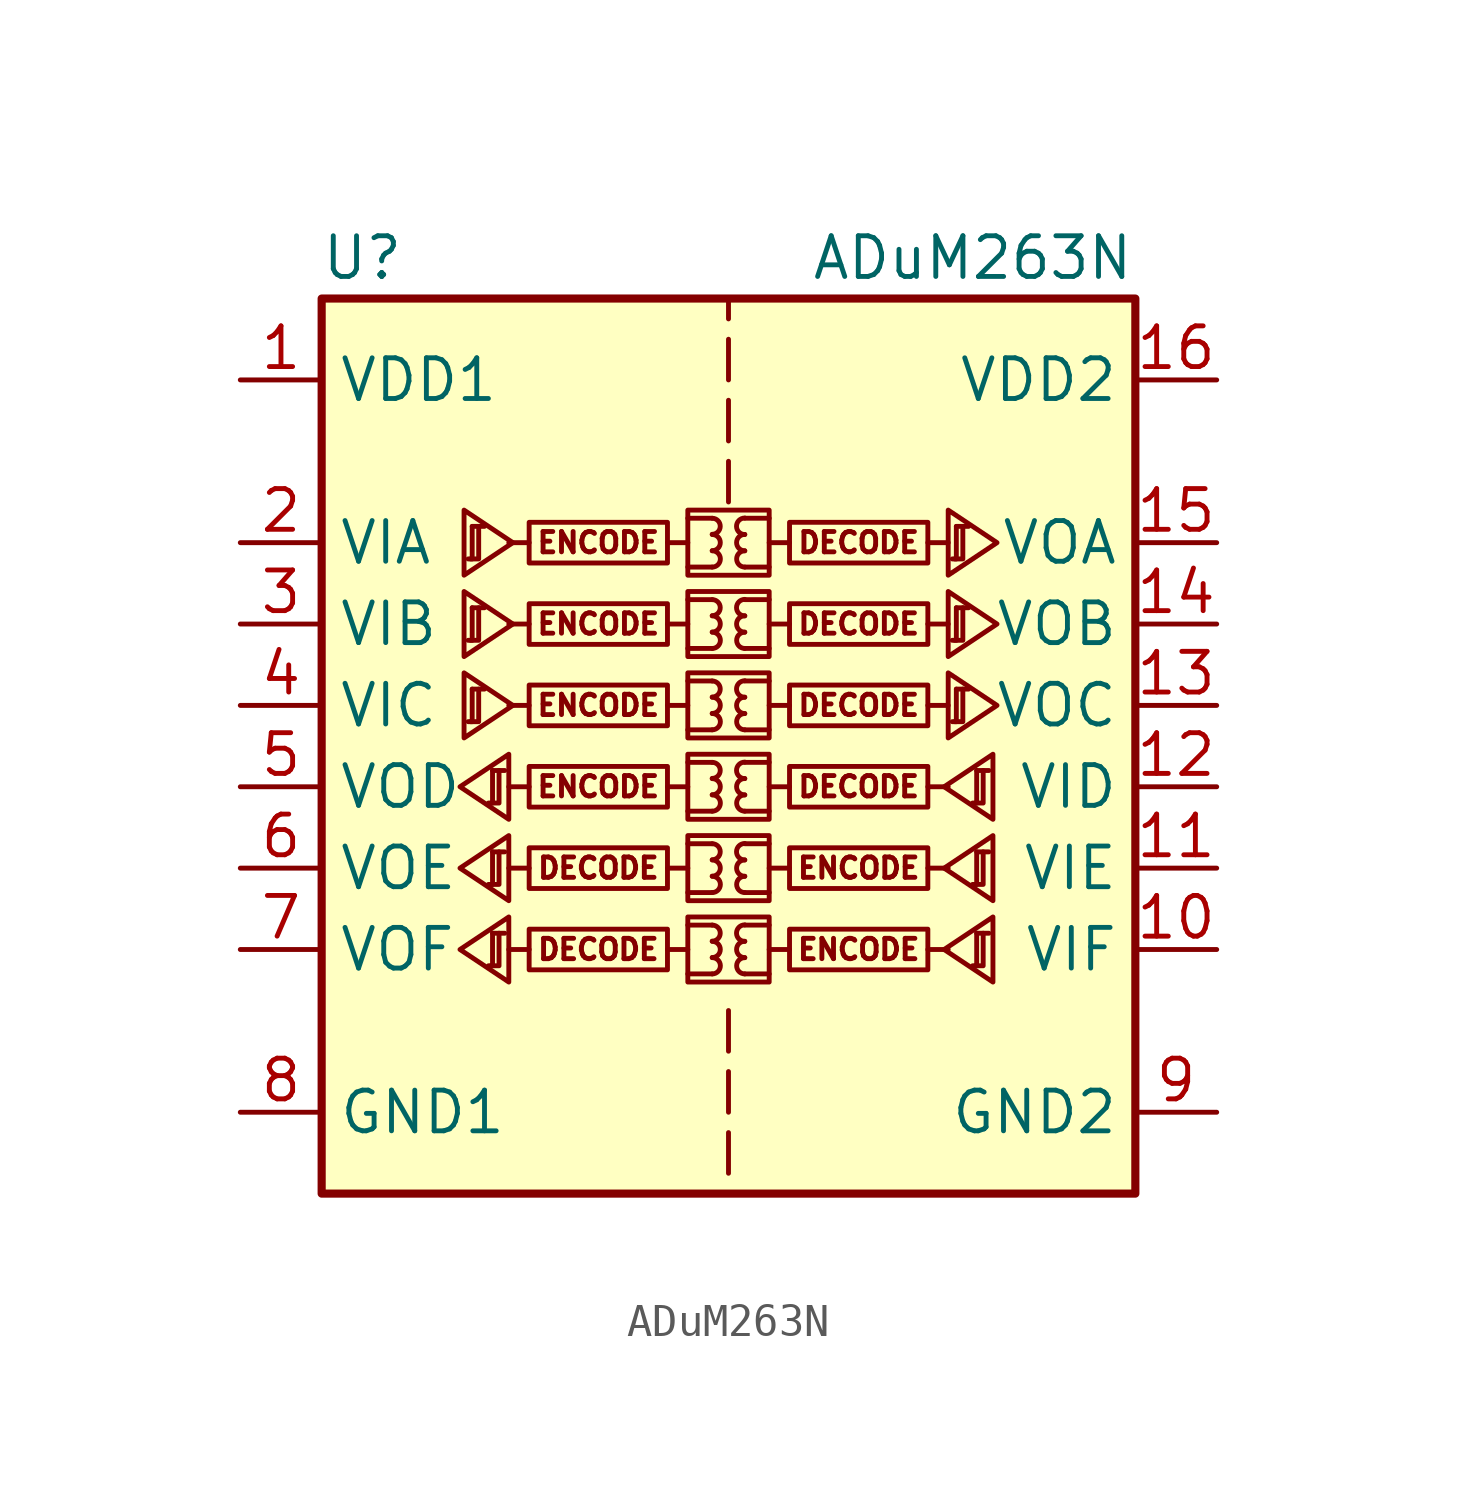
<source format=kicad_sym>
(kicad_symbol_lib
  (version 20201005)
  (generator kicad_symbol_editor)
  (symbol "ADuM263N"
    (property "Reference" "U"
      (at -11.43 16.51 0)
      (effects (font (size 1.27 1.27))))
    (property "Value" "ADuM263N"
      (at 7.62 16.51 0)
      (effects (font (size 1.27 1.27))))
    (symbol "ADuM263N_1_0"
      (arc (start -0.508 -5.842) (end -0.508 -5.334) (radius (at -0.508 -5.588) (length 0.254) (angles -89.9 89.9)) (stroke (width 0)) (fill (type none)))
      (arc (start -0.508 -5.334) (end -0.508 -4.826) (radius (at -0.508 -5.08) (length 0.254) (angles -89.9 89.9)) (stroke (width 0)) (fill (type none)))
      (arc (start -0.508 -4.826) (end -0.508 -4.318) (radius (at -0.508 -4.572) (length 0.254) (angles -89.9 89.9)) (stroke (width 0)) (fill (type none)))
      (arc (start -0.508 -3.302) (end -0.508 -2.794) (radius (at -0.508 -3.048) (length 0.254) (angles -89.9 89.9)) (stroke (width 0)) (fill (type none)))
      (arc (start -0.508 -2.794) (end -0.508 -2.286) (radius (at -0.508 -2.54) (length 0.254) (angles -89.9 89.9)) (stroke (width 0)) (fill (type none)))
      (arc (start -0.508 -2.286) (end -0.508 -1.778) (radius (at -0.508 -2.032) (length 0.254) (angles -89.9 89.9)) (stroke (width 0)) (fill (type none)))
      (arc (start -0.508 -0.762) (end -0.508 -0.254) (radius (at -0.508 -0.508) (length 0.254) (angles -89.9 89.9)) (stroke (width 0)) (fill (type none)))
      (arc (start -0.508 -0.254) (end -0.508 0.254) (radius (at -0.508 0) (length 0.254) (angles -89.9 89.9)) (stroke (width 0)) (fill (type none)))
      (arc (start -0.508 0.254) (end -0.508 0.762) (radius (at -0.508 0.508) (length 0.254) (angles -89.9 89.9)) (stroke (width 0)) (fill (type none)))
      (arc (start -0.508 1.778) (end -0.508 2.286) (radius (at -0.508 2.032) (length 0.254) (angles -89.9 89.9)) (stroke (width 0)) (fill (type none)))
      (arc (start -0.508 2.286) (end -0.508 2.794) (radius (at -0.508 2.54) (length 0.254) (angles -89.9 89.9)) (stroke (width 0)) (fill (type none)))
      (arc (start -0.508 2.794) (end -0.508 3.302) (radius (at -0.508 3.048) (length 0.254) (angles -89.9 89.9)) (stroke (width 0)) (fill (type none)))
      (arc (start -0.508 4.318) (end -0.508 4.826) (radius (at -0.508 4.572) (length 0.254) (angles -89.9 89.9)) (stroke (width 0)) (fill (type none)))
      (arc (start -0.508 4.826) (end -0.508 5.334) (radius (at -0.508 5.08) (length 0.254) (angles -89.9 89.9)) (stroke (width 0)) (fill (type none)))
      (arc (start -0.508 5.334) (end -0.508 5.842) (radius (at -0.508 5.588) (length 0.254) (angles -89.9 89.9)) (stroke (width 0)) (fill (type none)))
      (arc (start -0.508 6.858) (end -0.508 7.366) (radius (at -0.508 7.112) (length 0.254) (angles -89.9 89.9)) (stroke (width 0)) (fill (type none)))
      (arc (start -0.508 7.366) (end -0.508 7.874) (radius (at -0.508 7.62) (length 0.254) (angles -89.9 89.9)) (stroke (width 0)) (fill (type none)))
      (arc (start -0.508 7.874) (end -0.508 8.382) (radius (at -0.508 8.128) (length 0.254) (angles -89.9 89.9)) (stroke (width 0)) (fill (type none)))
      (arc (start 0.508 -5.334) (end 0.508 -5.842) (radius (at 0.508 -5.588) (length 0.254) (angles 90.1 -90.1)) (stroke (width 0)) (fill (type none)))
      (arc (start 0.508 -4.826) (end 0.508 -5.334) (radius (at 0.508 -5.08) (length 0.254) (angles 90.1 -90.1)) (stroke (width 0)) (fill (type none)))
      (arc (start 0.508 -4.318) (end 0.508 -4.826) (radius (at 0.508 -4.572) (length 0.254) (angles 90.1 -90.1)) (stroke (width 0)) (fill (type none)))
      (arc (start 0.508 -2.794) (end 0.508 -3.302) (radius (at 0.508 -3.048) (length 0.254) (angles 90.1 -90.1)) (stroke (width 0)) (fill (type none)))
      (arc (start 0.508 -2.286) (end 0.508 -2.794) (radius (at 0.508 -2.54) (length 0.254) (angles 90.1 -90.1)) (stroke (width 0)) (fill (type none)))
      (arc (start 0.508 -1.778) (end 0.508 -2.286) (radius (at 0.508 -2.032) (length 0.254) (angles 90.1 -90.1)) (stroke (width 0)) (fill (type none)))
      (arc (start 0.508 -0.254) (end 0.508 -0.762) (radius (at 0.508 -0.508) (length 0.254) (angles 90.1 -90.1)) (stroke (width 0)) (fill (type none)))
      (arc (start 0.508 0.254) (end 0.508 -0.254) (radius (at 0.508 0) (length 0.254) (angles 90.1 -90.1)) (stroke (width 0)) (fill (type none)))
      (arc (start 0.508 0.762) (end 0.508 0.254) (radius (at 0.508 0.508) (length 0.254) (angles 90.1 -90.1)) (stroke (width 0)) (fill (type none)))
      (arc (start 0.508 2.286) (end 0.508 1.778) (radius (at 0.508 2.032) (length 0.254) (angles 90.1 -90.1)) (stroke (width 0)) (fill (type none)))
      (arc (start 0.508 2.794) (end 0.508 2.286) (radius (at 0.508 2.54) (length 0.254) (angles 90.1 -90.1)) (stroke (width 0)) (fill (type none)))
      (arc (start 0.508 3.302) (end 0.508 2.794) (radius (at 0.508 3.048) (length 0.254) (angles 90.1 -90.1)) (stroke (width 0)) (fill (type none)))
      (arc (start 0.508 4.826) (end 0.508 4.318) (radius (at 0.508 4.572) (length 0.254) (angles 90.1 -90.1)) (stroke (width 0)) (fill (type none)))
      (arc (start 0.508 5.334) (end 0.508 4.826) (radius (at 0.508 5.08) (length 0.254) (angles 90.1 -90.1)) (stroke (width 0)) (fill (type none)))
      (arc (start 0.508 5.842) (end 0.508 5.334) (radius (at 0.508 5.588) (length 0.254) (angles 90.1 -90.1)) (stroke (width 0)) (fill (type none)))
      (arc (start 0.508 7.366) (end 0.508 6.858) (radius (at 0.508 7.112) (length 0.254) (angles 90.1 -90.1)) (stroke (width 0)) (fill (type none)))
      (arc (start 0.508 7.874) (end 0.508 7.366) (radius (at 0.508 7.62) (length 0.254) (angles 90.1 -90.1)) (stroke (width 0)) (fill (type none)))
      (arc (start 0.508 8.382) (end 0.508 7.874) (radius (at 0.508 8.128) (length 0.254) (angles 90.1 -90.1)) (stroke (width 0)) (fill (type none)))
      (text "DECODE" (at -4.064 -5.08 0) (effects (font (size 0.635 0.635))))
      (text "DECODE" (at -4.064 -2.54 0) (effects (font (size 0.635 0.635))))
      (text "DECODE" (at 4.064 0 0) (effects (font (size 0.635 0.635))))
      (text "DECODE" (at 4.064 2.54 0) (effects (font (size 0.635 0.635))))
      (text "DECODE" (at 4.064 5.08 0) (effects (font (size 0.635 0.635))))
      (text "DECODE" (at 4.064 7.62 0) (effects (font (size 0.635 0.635))))
      (text "ENCODE" (at -4.064 0 0) (effects (font (size 0.635 0.635))))
      (text "ENCODE" (at -4.064 2.54 0) (effects (font (size 0.635 0.635))))
      (text "ENCODE" (at -4.064 5.08 0) (effects (font (size 0.635 0.635))))
      (text "ENCODE" (at -4.064 7.62 0) (effects (font (size 0.635 0.635))))
      (text "ENCODE" (at 4.064 -5.08 0) (effects (font (size 0.635 0.635))))
      (text "ENCODE" (at 4.064 -2.54 0) (effects (font (size 0.635 0.635))))
      (rectangle (start -1.27 -4.064) (end 1.27 -6.096) (stroke (width 0)) (fill (type none)))
      (rectangle (start -1.27 -1.524) (end 1.27 -3.556) (stroke (width 0)) (fill (type none)))
      (rectangle (start -1.27 1.016) (end 1.27 -1.016) (stroke (width 0)) (fill (type none)))
      (rectangle (start -1.27 3.556) (end 1.27 1.524) (stroke (width 0)) (fill (type none)))
      (rectangle (start -1.27 6.096) (end 1.27 4.064) (stroke (width 0)) (fill (type none)))
      (rectangle (start -1.27 8.636) (end 1.27 6.604) (stroke (width 0)) (fill (type none)))
      (rectangle (start 1.905 -4.445) (end 6.223 -5.715) (stroke (width 0)) (fill (type none)))
      (rectangle (start 1.905 -1.905) (end 6.223 -3.175) (stroke (width 0)) (fill (type none)))
      (rectangle (start 1.905 0.635) (end 6.223 -0.635) (stroke (width 0)) (fill (type none)))
      (rectangle (start 1.905 3.175) (end 6.223 1.905) (stroke (width 0)) (fill (type none)))
      (rectangle (start 1.905 5.715) (end 6.223 4.445) (stroke (width 0)) (fill (type none)))
      (rectangle (start 1.905 8.255) (end 6.223 6.985) (stroke (width 0)) (fill (type none)))
      (polyline (pts (xy -6.223 -5.08) (xy -6.858 -5.08)) (stroke (width 0)) (fill (type none)))
      (polyline (pts (xy -6.223 -2.54) (xy -6.858 -2.54)) (stroke (width 0)) (fill (type none)))
      (polyline (pts (xy -6.223 0) (xy -6.858 0)) (stroke (width 0)) (fill (type none)))
      (polyline (pts (xy -6.223 2.54) (xy -6.858 2.54)) (stroke (width 0)) (fill (type none)))
      (polyline (pts (xy -6.223 5.08) (xy -6.858 5.08)) (stroke (width 0)) (fill (type none)))
      (polyline (pts (xy -6.223 7.62) (xy -6.858 7.62)) (stroke (width 0)) (fill (type none)))
      (polyline (pts (xy -1.905 -5.08) (xy -1.27 -5.08)) (stroke (width 0)) (fill (type none)))
      (polyline (pts (xy -1.905 -2.54) (xy -1.27 -2.54)) (stroke (width 0)) (fill (type none)))
      (polyline (pts (xy -1.905 0) (xy -1.27 0)) (stroke (width 0)) (fill (type none)))
      (polyline (pts (xy -1.905 2.54) (xy -1.27 2.54)) (stroke (width 0)) (fill (type none)))
      (polyline (pts (xy -1.905 5.08) (xy -1.27 5.08)) (stroke (width 0)) (fill (type none)))
      (polyline (pts (xy -1.905 7.62) (xy -1.27 7.62)) (stroke (width 0)) (fill (type none)))
      (polyline (pts (xy -1.27 -5.842) (xy -0.508 -5.842)) (stroke (width 0)) (fill (type none)))
      (polyline (pts (xy -1.27 -4.318) (xy -0.508 -4.318)) (stroke (width 0)) (fill (type none)))
      (polyline (pts (xy -1.27 -3.302) (xy -0.508 -3.302)) (stroke (width 0)) (fill (type none)))
      (polyline (pts (xy -1.27 -1.778) (xy -0.508 -1.778)) (stroke (width 0)) (fill (type none)))
      (polyline (pts (xy -1.27 -0.762) (xy -0.508 -0.762)) (stroke (width 0)) (fill (type none)))
      (polyline (pts (xy -1.27 0.762) (xy -0.508 0.762)) (stroke (width 0)) (fill (type none)))
      (polyline (pts (xy -1.27 1.778) (xy -0.508 1.778)) (stroke (width 0)) (fill (type none)))
      (polyline (pts (xy -1.27 3.302) (xy -0.508 3.302)) (stroke (width 0)) (fill (type none)))
      (polyline (pts (xy -1.27 4.318) (xy -0.508 4.318)) (stroke (width 0)) (fill (type none)))
      (polyline (pts (xy -1.27 5.842) (xy -0.508 5.842)) (stroke (width 0)) (fill (type none)))
      (polyline (pts (xy -1.27 6.858) (xy -0.508 6.858)) (stroke (width 0)) (fill (type none)))
      (polyline (pts (xy -1.27 8.382) (xy -0.508 8.382)) (stroke (width 0)) (fill (type none)))
      (polyline (pts (xy 0 -10.795) (xy 0 -12.065)) (stroke (width 0)) (fill (type none)))
      (polyline (pts (xy 0 -8.89) (xy 0 -10.16)) (stroke (width 0)) (fill (type none)))
      (polyline (pts (xy 0 -6.985) (xy 0 -8.255)) (stroke (width 0)) (fill (type none)))
      (polyline (pts (xy 0 8.89) (xy 0 10.16)) (stroke (width 0)) (fill (type none)))
      (polyline (pts (xy 0 10.795) (xy 0 12.065)) (stroke (width 0)) (fill (type none)))
      (polyline (pts (xy 0 12.7) (xy 0 13.97)) (stroke (width 0)) (fill (type none)))
      (polyline (pts (xy 0 15.24) (xy 0 14.605)) (stroke (width 0)) (fill (type none)))
      (polyline (pts (xy 1.27 -5.842) (xy 0.508 -5.842)) (stroke (width 0)) (fill (type none)))
      (polyline (pts (xy 1.27 -4.318) (xy 0.508 -4.318)) (stroke (width 0)) (fill (type none)))
      (polyline (pts (xy 1.27 -3.302) (xy 0.508 -3.302)) (stroke (width 0)) (fill (type none)))
      (polyline (pts (xy 1.27 -1.778) (xy 0.508 -1.778)) (stroke (width 0)) (fill (type none)))
      (polyline (pts (xy 1.27 -0.762) (xy 0.508 -0.762)) (stroke (width 0)) (fill (type none)))
      (polyline (pts (xy 1.27 0.762) (xy 0.508 0.762)) (stroke (width 0)) (fill (type none)))
      (polyline (pts (xy 1.27 1.778) (xy 0.508 1.778)) (stroke (width 0)) (fill (type none)))
      (polyline (pts (xy 1.27 3.302) (xy 0.508 3.302)) (stroke (width 0)) (fill (type none)))
      (polyline (pts (xy 1.27 4.318) (xy 0.508 4.318)) (stroke (width 0)) (fill (type none)))
      (polyline (pts (xy 1.27 5.842) (xy 0.508 5.842)) (stroke (width 0)) (fill (type none)))
      (polyline (pts (xy 1.27 6.858) (xy 0.508 6.858)) (stroke (width 0)) (fill (type none)))
      (polyline (pts (xy 1.27 8.382) (xy 0.508 8.382)) (stroke (width 0)) (fill (type none)))
      (polyline (pts (xy 1.905 -5.08) (xy 1.27 -5.08)) (stroke (width 0)) (fill (type none)))
      (polyline (pts (xy 1.905 -2.54) (xy 1.27 -2.54)) (stroke (width 0)) (fill (type none)))
      (polyline (pts (xy 1.905 0) (xy 1.27 0)) (stroke (width 0)) (fill (type none)))
      (polyline (pts (xy 1.905 2.54) (xy 1.27 2.54)) (stroke (width 0)) (fill (type none)))
      (polyline (pts (xy 1.905 5.08) (xy 1.27 5.08)) (stroke (width 0)) (fill (type none)))
      (polyline (pts (xy 1.905 7.62) (xy 1.27 7.62)) (stroke (width 0)) (fill (type none)))
      (polyline (pts (xy 6.223 -5.08) (xy 6.858 -5.08)) (stroke (width 0)) (fill (type none)))
      (polyline (pts (xy 6.223 -2.54) (xy 6.858 -2.54)) (stroke (width 0)) (fill (type none)))
      (polyline (pts (xy 6.223 0) (xy 6.858 0)) (stroke (width 0)) (fill (type none)))
      (polyline (pts (xy 6.223 2.54) (xy 6.858 2.54)) (stroke (width 0)) (fill (type none)))
      (polyline (pts (xy 6.223 5.08) (xy 6.858 5.08)) (stroke (width 0)) (fill (type none)))
      (polyline (pts (xy 6.223 7.62) (xy 6.858 7.62)) (stroke (width 0)) (fill (type none))))
    (symbol "ADuM263N_1_1"
      (rectangle (start -12.7 15.24) (end 12.7 -12.7) (stroke (width 0.254)) (fill (type background)))
      (rectangle (start -1.905 -4.445) (end -6.223 -5.715) (stroke (width 0)) (fill (type none)))
      (rectangle (start -1.905 -1.905) (end -6.223 -3.175) (stroke (width 0)) (fill (type none)))
      (rectangle (start -1.905 0.635) (end -6.223 -0.635) (stroke (width 0)) (fill (type none)))
      (rectangle (start -1.905 3.175) (end -6.223 1.905) (stroke (width 0)) (fill (type none)))
      (rectangle (start -1.905 5.715) (end -6.223 4.445) (stroke (width 0)) (fill (type none)))
      (rectangle (start -1.905 8.255) (end -6.223 6.985) (stroke (width 0)) (fill (type none)))
      (polyline (pts (xy -8.001 3.048) (xy -7.62 3.048)) (stroke (width 0)) (fill (type none)))
      (polyline (pts (xy -8.001 5.588) (xy -7.62 5.588)) (stroke (width 0)) (fill (type none)))
      (polyline (pts (xy -8.001 8.128) (xy -7.62 8.128)) (stroke (width 0)) (fill (type none)))
      (polyline (pts (xy -7.366 -4.572) (xy -6.985 -4.572)) (stroke (width 0)) (fill (type none)))
      (polyline (pts (xy -7.366 -2.032) (xy -6.985 -2.032)) (stroke (width 0)) (fill (type none)))
      (polyline (pts (xy -7.366 0.508) (xy -6.985 0.508)) (stroke (width 0)) (fill (type none)))
      (polyline (pts (xy 7.112 3.048) (xy 7.493 3.048)) (stroke (width 0)) (fill (type none)))
      (polyline (pts (xy 7.112 5.588) (xy 7.493 5.588)) (stroke (width 0)) (fill (type none)))
      (polyline (pts (xy 7.112 8.128) (xy 7.493 8.128)) (stroke (width 0)) (fill (type none)))
      (polyline (pts (xy 7.747 -4.572) (xy 8.128 -4.572)) (stroke (width 0)) (fill (type none)))
      (polyline (pts (xy 7.747 -2.032) (xy 8.128 -2.032)) (stroke (width 0)) (fill (type none)))
      (polyline (pts (xy 7.747 0.508) (xy 8.128 0.508)) (stroke (width 0)) (fill (type none)))
      (polyline (pts (xy -8.052 2.032) (xy -7.798 2.032) (xy -7.798 3.048)) (stroke (width 0)) (fill (type none)))
      (polyline (pts (xy -8.052 4.572) (xy -7.798 4.572) (xy -7.798 5.588)) (stroke (width 0)) (fill (type none)))
      (polyline (pts (xy -8.052 7.112) (xy -7.798 7.112) (xy -7.798 8.128)) (stroke (width 0)) (fill (type none)))
      (polyline (pts (xy -8.001 3.048) (xy -8.001 2.032) (xy -8.128 2.032)) (stroke (width 0)) (fill (type none)))
      (polyline (pts (xy -8.001 5.588) (xy -8.001 4.572) (xy -8.128 4.572)) (stroke (width 0)) (fill (type none)))
      (polyline (pts (xy -8.001 8.128) (xy -8.001 7.112) (xy -8.128 7.112)) (stroke (width 0)) (fill (type none)))
      (polyline (pts (xy -7.417 -5.588) (xy -7.163 -5.588) (xy -7.163 -4.572)) (stroke (width 0)) (fill (type none)))
      (polyline (pts (xy -7.417 -3.048) (xy -7.163 -3.048) (xy -7.163 -2.032)) (stroke (width 0)) (fill (type none)))
      (polyline (pts (xy -7.417 -0.508) (xy -7.163 -0.508) (xy -7.163 0.508)) (stroke (width 0)) (fill (type none)))
      (polyline (pts (xy -7.366 -4.572) (xy -7.366 -5.588) (xy -7.493 -5.588)) (stroke (width 0)) (fill (type none)))
      (polyline (pts (xy -7.366 -2.032) (xy -7.366 -3.048) (xy -7.493 -3.048)) (stroke (width 0)) (fill (type none)))
      (polyline (pts (xy -7.366 0.508) (xy -7.366 -0.508) (xy -7.493 -0.508)) (stroke (width 0)) (fill (type none)))
      (polyline (pts (xy 7.061 2.032) (xy 7.315 2.032) (xy 7.315 3.048)) (stroke (width 0)) (fill (type none)))
      (polyline (pts (xy 7.061 4.572) (xy 7.315 4.572) (xy 7.315 5.588)) (stroke (width 0)) (fill (type none)))
      (polyline (pts (xy 7.061 7.112) (xy 7.315 7.112) (xy 7.315 8.128)) (stroke (width 0)) (fill (type none)))
      (polyline (pts (xy 7.112 3.048) (xy 7.112 2.032) (xy 6.985 2.032)) (stroke (width 0)) (fill (type none)))
      (polyline (pts (xy 7.112 5.588) (xy 7.112 4.572) (xy 6.985 4.572)) (stroke (width 0)) (fill (type none)))
      (polyline (pts (xy 7.112 8.128) (xy 7.112 7.112) (xy 6.985 7.112)) (stroke (width 0)) (fill (type none)))
      (polyline (pts (xy 7.696 -5.588) (xy 7.95 -5.588) (xy 7.95 -4.572)) (stroke (width 0)) (fill (type none)))
      (polyline (pts (xy 7.696 -3.048) (xy 7.95 -3.048) (xy 7.95 -2.032)) (stroke (width 0)) (fill (type none)))
      (polyline (pts (xy 7.696 -0.508) (xy 7.95 -0.508) (xy 7.95 0.508)) (stroke (width 0)) (fill (type none)))
      (polyline (pts (xy 7.747 -4.572) (xy 7.747 -5.588) (xy 7.62 -5.588)) (stroke (width 0)) (fill (type none)))
      (polyline (pts (xy 7.747 -2.032) (xy 7.747 -3.048) (xy 7.62 -3.048)) (stroke (width 0)) (fill (type none)))
      (polyline (pts (xy 7.747 0.508) (xy 7.747 -0.508) (xy 7.62 -0.508)) (stroke (width 0)) (fill (type none)))
      (polyline (pts (xy -8.382 -5.08) (xy -6.858 -4.064) (xy -6.858 -6.096) (xy -8.382 -5.08)) (stroke (width 0)) (fill (type none)))
      (polyline (pts (xy -8.382 -2.54) (xy -6.858 -1.524) (xy -6.858 -3.556) (xy -8.382 -2.54)) (stroke (width 0)) (fill (type none)))
      (polyline (pts (xy -8.382 0) (xy -6.858 1.016) (xy -6.858 -1.016) (xy -8.382 0)) (stroke (width 0)) (fill (type none)))
      (polyline (pts (xy -6.731 2.54) (xy -8.255 3.556) (xy -8.255 1.524) (xy -6.731 2.54)) (stroke (width 0)) (fill (type none)))
      (polyline (pts (xy -6.731 5.08) (xy -8.255 6.096) (xy -8.255 4.064) (xy -6.731 5.08)) (stroke (width 0)) (fill (type none)))
      (polyline (pts (xy -6.731 7.62) (xy -8.255 8.636) (xy -8.255 6.604) (xy -6.731 7.62)) (stroke (width 0)) (fill (type none)))
      (polyline (pts (xy 6.731 -5.08) (xy 8.255 -4.064) (xy 8.255 -6.096) (xy 6.731 -5.08)) (stroke (width 0)) (fill (type none)))
      (polyline (pts (xy 6.731 -2.54) (xy 8.255 -1.524) (xy 8.255 -3.556) (xy 6.731 -2.54)) (stroke (width 0)) (fill (type none)))
      (polyline (pts (xy 6.731 0) (xy 8.255 1.016) (xy 8.255 -1.016) (xy 6.731 0)) (stroke (width 0)) (fill (type none)))
      (polyline (pts (xy 8.382 2.54) (xy 6.858 3.556) (xy 6.858 1.524) (xy 8.382 2.54)) (stroke (width 0)) (fill (type none)))
      (polyline (pts (xy 8.382 5.08) (xy 6.858 6.096) (xy 6.858 4.064) (xy 8.382 5.08)) (stroke (width 0)) (fill (type none)))
      (polyline (pts (xy 8.382 7.62) (xy 6.858 8.636) (xy 6.858 6.604) (xy 8.382 7.62)) (stroke (width 0)) (fill (type none)))
      (pin power_in line (at -15.24 12.7 0) (length 2.54) (name "VDD1" (effects (font (size 1.27 1.27)))) (number "1" (effects (font (size 1.27 1.27)))))
      (pin input line (at 15.24 -5.08 180) (length 2.54) (name "VIF" (effects (font (size 1.27 1.27)))) (number "10" (effects (font (size 1.27 1.27)))))
      (pin input line (at 15.24 -2.54 180) (length 2.54) (name "VIE" (effects (font (size 1.27 1.27)))) (number "11" (effects (font (size 1.27 1.27)))))
      (pin input line (at 15.24 0 180) (length 2.54) (name "VID" (effects (font (size 1.27 1.27)))) (number "12" (effects (font (size 1.27 1.27)))))
      (pin output line (at 15.24 2.54 180) (length 2.54) (name "VOC" (effects (font (size 1.27 1.27)))) (number "13" (effects (font (size 1.27 1.27)))))
      (pin output line (at 15.24 5.08 180) (length 2.54) (name "VOB" (effects (font (size 1.27 1.27)))) (number "14" (effects (font (size 1.27 1.27)))))
      (pin output line (at 15.24 7.62 180) (length 2.54) (name "VOA" (effects (font (size 1.27 1.27)))) (number "15" (effects (font (size 1.27 1.27)))))
      (pin power_in line (at 15.24 12.7 180) (length 2.54) (name "VDD2" (effects (font (size 1.27 1.27)))) (number "16" (effects (font (size 1.27 1.27)))))
      (pin input line (at -15.24 7.62 0) (length 2.54) (name "VIA" (effects (font (size 1.27 1.27)))) (number "2" (effects (font (size 1.27 1.27)))))
      (pin input line (at -15.24 5.08 0) (length 2.54) (name "VIB" (effects (font (size 1.27 1.27)))) (number "3" (effects (font (size 1.27 1.27)))))
      (pin input line (at -15.24 2.54 0) (length 2.54) (name "VIC" (effects (font (size 1.27 1.27)))) (number "4" (effects (font (size 1.27 1.27)))))
      (pin output line (at -15.24 0 0) (length 2.54) (name "VOD" (effects (font (size 1.27 1.27)))) (number "5" (effects (font (size 1.27 1.27)))))
      (pin output line (at -15.24 -2.54 0) (length 2.54) (name "VOE" (effects (font (size 1.27 1.27)))) (number "6" (effects (font (size 1.27 1.27)))))
      (pin output line (at -15.24 -5.08 0) (length 2.54) (name "VOF" (effects (font (size 1.27 1.27)))) (number "7" (effects (font (size 1.27 1.27)))))
      (pin power_in line (at -15.24 -10.16 0) (length 2.54) (name "GND1" (effects (font (size 1.27 1.27)))) (number "8" (effects (font (size 1.27 1.27)))))
      (pin power_in line (at 15.24 -10.16 180) (length 2.54) (name "GND2" (effects (font (size 1.27 1.27)))) (number "9" (effects (font (size 1.27 1.27))))))))
</source>
